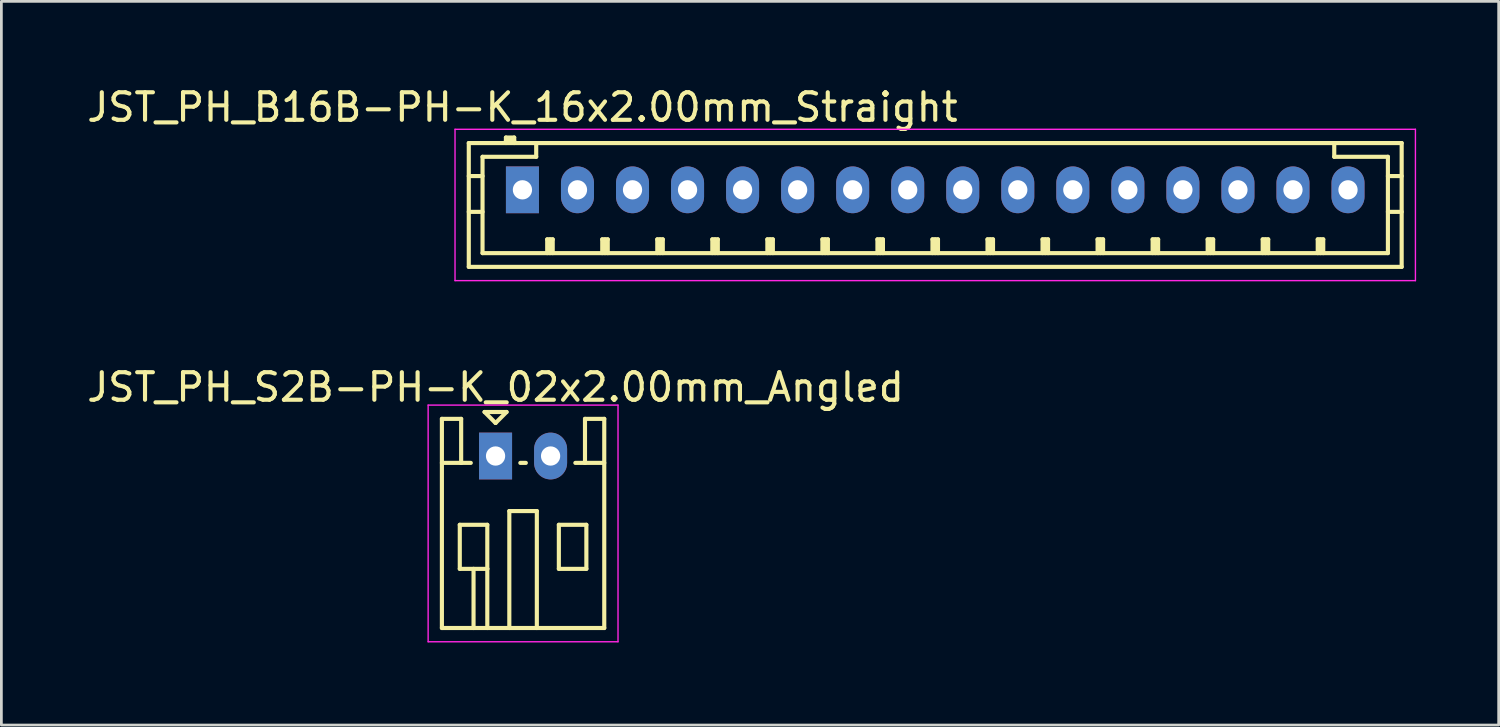
<source format=kicad_pcb>
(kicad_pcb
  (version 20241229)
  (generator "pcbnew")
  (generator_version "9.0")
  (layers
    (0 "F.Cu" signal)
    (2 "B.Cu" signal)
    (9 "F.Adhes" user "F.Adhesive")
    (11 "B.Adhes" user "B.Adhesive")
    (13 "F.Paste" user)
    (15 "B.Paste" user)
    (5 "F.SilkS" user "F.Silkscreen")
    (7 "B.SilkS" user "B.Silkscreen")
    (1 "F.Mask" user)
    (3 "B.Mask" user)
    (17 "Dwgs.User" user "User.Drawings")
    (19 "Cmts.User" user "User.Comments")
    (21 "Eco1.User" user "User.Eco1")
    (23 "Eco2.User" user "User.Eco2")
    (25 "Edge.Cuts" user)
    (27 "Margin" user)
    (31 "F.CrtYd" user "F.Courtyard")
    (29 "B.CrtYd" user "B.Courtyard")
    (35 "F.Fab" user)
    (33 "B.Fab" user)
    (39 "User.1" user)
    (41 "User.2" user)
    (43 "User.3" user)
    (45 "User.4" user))
  (footprint "JST_PH_S2B-PH-K_02x2.00mm_Angled"
    (layer "F.Cu")
    (at 14.958 13.521)
    (property "Reference" "JST_PH_S2B-PH-K_02x2.00mm_Angled" (at 0 -2.5 0) (layer "F.SilkS") (effects (font (size 1 1) (thickness 0.15))))
    (attr through_hole)
    (fp_line (start -1.95 -1.35) (end -1.95 6.25) (stroke (width 0.15) (type solid)) (layer "F.SilkS"))
    (fp_line (start -1.95 0.25) (end -1.25 0.25) (stroke (width 0.15) (type solid)) (layer "F.SilkS"))
    (fp_line (start -1.95 6.25) (end 3.95 6.25) (stroke (width 0.15) (type solid)) (layer "F.SilkS"))
    (fp_line (start -1.3 2.5) (end -1.3 4.1) (stroke (width 0.15) (type solid)) (layer "F.SilkS"))
    (fp_line (start -1.3 4.1) (end -0.3 4.1) (stroke (width 0.15) (type solid)) (layer "F.SilkS"))
    (fp_line (start -1.25 -1.35) (end -1.95 -1.35) (stroke (width 0.15) (type solid)) (layer "F.SilkS"))
    (fp_line (start -1.25 0.25) (end -1.25 -1.35) (stroke (width 0.15) (type solid)) (layer "F.SilkS"))
    (fp_line (start -0.9 0.25) (end -1.25 0.25) (stroke (width 0.15) (type solid)) (layer "F.SilkS"))
    (fp_line (start -0.8 4.1) (end -0.8 6.25) (stroke (width 0.15) (type solid)) (layer "F.SilkS"))
    (fp_line (start -0.4 -1.6) (end 0.4 -1.6) (stroke (width 0.15) (type solid)) (layer "F.SilkS"))
    (fp_line (start -0.3 2.5) (end -1.3 2.5) (stroke (width 0.15) (type solid)) (layer "F.SilkS"))
    (fp_line (start -0.3 4.1) (end -0.3 2.5) (stroke (width 0.15) (type solid)) (layer "F.SilkS"))
    (fp_line (start -0.3 4.1) (end -0.3 6.25) (stroke (width 0.15) (type solid)) (layer "F.SilkS"))
    (fp_line (start 0 -1.2) (end -0.4 -1.6) (stroke (width 0.15) (type solid)) (layer "F.SilkS"))
    (fp_line (start 0.4 -1.6) (end 0 -1.2) (stroke (width 0.15) (type solid)) (layer "F.SilkS"))
    (fp_line (start 0.5 2) (end 1.5 2) (stroke (width 0.15) (type solid)) (layer "F.SilkS"))
    (fp_line (start 0.5 6.25) (end 0.5 2) (stroke (width 0.15) (type solid)) (layer "F.SilkS"))
    (fp_line (start 0.9 0.25) (end 1.1 0.25) (stroke (width 0.15) (type solid)) (layer "F.SilkS"))
    (fp_line (start 1.5 2) (end 1.5 6.25) (stroke (width 0.15) (type solid)) (layer "F.SilkS"))
    (fp_line (start 2.3 2.5) (end 3.3 2.5) (stroke (width 0.15) (type solid)) (layer "F.SilkS"))
    (fp_line (start 2.3 4.1) (end 2.3 2.5) (stroke (width 0.15) (type solid)) (layer "F.SilkS"))
    (fp_line (start 3.25 -1.35) (end 3.25 0.25) (stroke (width 0.15) (type solid)) (layer "F.SilkS"))
    (fp_line (start 3.25 0.25) (end 2.9 0.25) (stroke (width 0.15) (type solid)) (layer "F.SilkS"))
    (fp_line (start 3.3 2.5) (end 3.3 4.1) (stroke (width 0.15) (type solid)) (layer "F.SilkS"))
    (fp_line (start 3.3 4.1) (end 2.3 4.1) (stroke (width 0.15) (type solid)) (layer "F.SilkS"))
    (fp_line (start 3.95 -1.35) (end 3.25 -1.35) (stroke (width 0.15) (type solid)) (layer "F.SilkS"))
    (fp_line (start 3.95 0.25) (end 3.25 0.25) (stroke (width 0.15) (type solid)) (layer "F.SilkS"))
    (fp_line (start 3.95 6.25) (end 3.95 -1.35) (stroke (width 0.15) (type solid)) (layer "F.SilkS"))
    (fp_line (start -2.45 -1.85) (end 4.45 -1.85) (stroke (width 0.05) (type solid)) (layer "F.CrtYd"))
    (fp_line (start -2.45 6.75) (end -2.45 -1.85) (stroke (width 0.05) (type solid)) (layer "F.CrtYd"))
    (fp_line (start 4.45 -1.85) (end 4.45 6.75) (stroke (width 0.05) (type solid)) (layer "F.CrtYd"))
    (fp_line (start 4.45 6.75) (end -2.45 6.75) (stroke (width 0.05) (type solid)) (layer "F.CrtYd"))
    (pad "1" thru_hole rect (at 0 0) (size 1.2 1.7) (drill 0.7) (layers "*.Cu" "*.Mask"))
    (pad "2" thru_hole oval (at 2 0) (size 1.2 1.7) (drill 0.7) (layers "*.Cu" "*.Mask")))
  (footprint "JST_PH_B16B-PH-K_16x2.00mm_Straight"
    (layer "F.Cu")
    (at 15.935 3.848)
    (property "Reference" "JST_PH_B16B-PH-K_16x2.00mm_Straight" (at 0 -3 0) (layer "F.SilkS") (effects (font (size 1 1) (thickness 0.15))))
    (attr through_hole)
    (fp_line (start -1.95 -1.7) (end 31.95 -1.7) (stroke (width 0.15) (type solid)) (layer "F.SilkS"))
    (fp_line (start -1.95 -0.5) (end -1.45 -0.5) (stroke (width 0.15) (type solid)) (layer "F.SilkS"))
    (fp_line (start -1.95 0.8) (end -1.45 0.8) (stroke (width 0.15) (type solid)) (layer "F.SilkS"))
    (fp_line (start -1.95 2.8) (end -1.95 -1.7) (stroke (width 0.15) (type solid)) (layer "F.SilkS"))
    (fp_line (start -1.45 -1.2) (end -1.45 2.3) (stroke (width 0.15) (type solid)) (layer "F.SilkS"))
    (fp_line (start -1.45 2.3) (end 31.45 2.3) (stroke (width 0.15) (type solid)) (layer "F.SilkS"))
    (fp_line (start -0.6 -1.9) (end -0.6 -1.7) (stroke (width 0.15) (type solid)) (layer "F.SilkS"))
    (fp_line (start -0.3 -1.9) (end -0.6 -1.9) (stroke (width 0.15) (type solid)) (layer "F.SilkS"))
    (fp_line (start -0.3 -1.8) (end -0.6 -1.8) (stroke (width 0.15) (type solid)) (layer "F.SilkS"))
    (fp_line (start -0.3 -1.7) (end -0.3 -1.9) (stroke (width 0.15) (type solid)) (layer "F.SilkS"))
    (fp_line (start 0.5 -1.7) (end 0.5 -1.2) (stroke (width 0.15) (type solid)) (layer "F.SilkS"))
    (fp_line (start 0.5 -1.2) (end -1.45 -1.2) (stroke (width 0.15) (type solid)) (layer "F.SilkS"))
    (fp_line (start 0.9 1.8) (end 1.1 1.8) (stroke (width 0.15) (type solid)) (layer "F.SilkS"))
    (fp_line (start 0.9 2.3) (end 0.9 1.8) (stroke (width 0.15) (type solid)) (layer "F.SilkS"))
    (fp_line (start 1 2.3) (end 1 1.8) (stroke (width 0.15) (type solid)) (layer "F.SilkS"))
    (fp_line (start 1.1 1.8) (end 1.1 2.3) (stroke (width 0.15) (type solid)) (layer "F.SilkS"))
    (fp_line (start 2.9 1.8) (end 3.1 1.8) (stroke (width 0.15) (type solid)) (layer "F.SilkS"))
    (fp_line (start 2.9 2.3) (end 2.9 1.8) (stroke (width 0.15) (type solid)) (layer "F.SilkS"))
    (fp_line (start 3 2.3) (end 3 1.8) (stroke (width 0.15) (type solid)) (layer "F.SilkS"))
    (fp_line (start 3.1 1.8) (end 3.1 2.3) (stroke (width 0.15) (type solid)) (layer "F.SilkS"))
    (fp_line (start 4.9 1.8) (end 5.1 1.8) (stroke (width 0.15) (type solid)) (layer "F.SilkS"))
    (fp_line (start 4.9 2.3) (end 4.9 1.8) (stroke (width 0.15) (type solid)) (layer "F.SilkS"))
    (fp_line (start 5 2.3) (end 5 1.8) (stroke (width 0.15) (type solid)) (layer "F.SilkS"))
    (fp_line (start 5.1 1.8) (end 5.1 2.3) (stroke (width 0.15) (type solid)) (layer "F.SilkS"))
    (fp_line (start 6.9 1.8) (end 7.1 1.8) (stroke (width 0.15) (type solid)) (layer "F.SilkS"))
    (fp_line (start 6.9 2.3) (end 6.9 1.8) (stroke (width 0.15) (type solid)) (layer "F.SilkS"))
    (fp_line (start 7 2.3) (end 7 1.8) (stroke (width 0.15) (type solid)) (layer "F.SilkS"))
    (fp_line (start 7.1 1.8) (end 7.1 2.3) (stroke (width 0.15) (type solid)) (layer "F.SilkS"))
    (fp_line (start 8.9 1.8) (end 9.1 1.8) (stroke (width 0.15) (type solid)) (layer "F.SilkS"))
    (fp_line (start 8.9 2.3) (end 8.9 1.8) (stroke (width 0.15) (type solid)) (layer "F.SilkS"))
    (fp_line (start 9 2.3) (end 9 1.8) (stroke (width 0.15) (type solid)) (layer "F.SilkS"))
    (fp_line (start 9.1 1.8) (end 9.1 2.3) (stroke (width 0.15) (type solid)) (layer "F.SilkS"))
    (fp_line (start 10.9 1.8) (end 11.1 1.8) (stroke (width 0.15) (type solid)) (layer "F.SilkS"))
    (fp_line (start 10.9 2.3) (end 10.9 1.8) (stroke (width 0.15) (type solid)) (layer "F.SilkS"))
    (fp_line (start 11 2.3) (end 11 1.8) (stroke (width 0.15) (type solid)) (layer "F.SilkS"))
    (fp_line (start 11.1 1.8) (end 11.1 2.3) (stroke (width 0.15) (type solid)) (layer "F.SilkS"))
    (fp_line (start 12.9 1.8) (end 13.1 1.8) (stroke (width 0.15) (type solid)) (layer "F.SilkS"))
    (fp_line (start 12.9 2.3) (end 12.9 1.8) (stroke (width 0.15) (type solid)) (layer "F.SilkS"))
    (fp_line (start 13 2.3) (end 13 1.8) (stroke (width 0.15) (type solid)) (layer "F.SilkS"))
    (fp_line (start 13.1 1.8) (end 13.1 2.3) (stroke (width 0.15) (type solid)) (layer "F.SilkS"))
    (fp_line (start 14.9 1.8) (end 15.1 1.8) (stroke (width 0.15) (type solid)) (layer "F.SilkS"))
    (fp_line (start 14.9 2.3) (end 14.9 1.8) (stroke (width 0.15) (type solid)) (layer "F.SilkS"))
    (fp_line (start 15 2.3) (end 15 1.8) (stroke (width 0.15) (type solid)) (layer "F.SilkS"))
    (fp_line (start 15.1 1.8) (end 15.1 2.3) (stroke (width 0.15) (type solid)) (layer "F.SilkS"))
    (fp_line (start 16.9 1.8) (end 17.1 1.8) (stroke (width 0.15) (type solid)) (layer "F.SilkS"))
    (fp_line (start 16.9 2.3) (end 16.9 1.8) (stroke (width 0.15) (type solid)) (layer "F.SilkS"))
    (fp_line (start 17 2.3) (end 17 1.8) (stroke (width 0.15) (type solid)) (layer "F.SilkS"))
    (fp_line (start 17.1 1.8) (end 17.1 2.3) (stroke (width 0.15) (type solid)) (layer "F.SilkS"))
    (fp_line (start 18.9 1.8) (end 19.1 1.8) (stroke (width 0.15) (type solid)) (layer "F.SilkS"))
    (fp_line (start 18.9 2.3) (end 18.9 1.8) (stroke (width 0.15) (type solid)) (layer "F.SilkS"))
    (fp_line (start 19 2.3) (end 19 1.8) (stroke (width 0.15) (type solid)) (layer "F.SilkS"))
    (fp_line (start 19.1 1.8) (end 19.1 2.3) (stroke (width 0.15) (type solid)) (layer "F.SilkS"))
    (fp_line (start 20.9 1.8) (end 21.1 1.8) (stroke (width 0.15) (type solid)) (layer "F.SilkS"))
    (fp_line (start 20.9 2.3) (end 20.9 1.8) (stroke (width 0.15) (type solid)) (layer "F.SilkS"))
    (fp_line (start 21 2.3) (end 21 1.8) (stroke (width 0.15) (type solid)) (layer "F.SilkS"))
    (fp_line (start 21.1 1.8) (end 21.1 2.3) (stroke (width 0.15) (type solid)) (layer "F.SilkS"))
    (fp_line (start 22.9 1.8) (end 23.1 1.8) (stroke (width 0.15) (type solid)) (layer "F.SilkS"))
    (fp_line (start 22.9 2.3) (end 22.9 1.8) (stroke (width 0.15) (type solid)) (layer "F.SilkS"))
    (fp_line (start 23 2.3) (end 23 1.8) (stroke (width 0.15) (type solid)) (layer "F.SilkS"))
    (fp_line (start 23.1 1.8) (end 23.1 2.3) (stroke (width 0.15) (type solid)) (layer "F.SilkS"))
    (fp_line (start 24.9 1.8) (end 25.1 1.8) (stroke (width 0.15) (type solid)) (layer "F.SilkS"))
    (fp_line (start 24.9 2.3) (end 24.9 1.8) (stroke (width 0.15) (type solid)) (layer "F.SilkS"))
    (fp_line (start 25 2.3) (end 25 1.8) (stroke (width 0.15) (type solid)) (layer "F.SilkS"))
    (fp_line (start 25.1 1.8) (end 25.1 2.3) (stroke (width 0.15) (type solid)) (layer "F.SilkS"))
    (fp_line (start 26.9 1.8) (end 27.1 1.8) (stroke (width 0.15) (type solid)) (layer "F.SilkS"))
    (fp_line (start 26.9 2.3) (end 26.9 1.8) (stroke (width 0.15) (type solid)) (layer "F.SilkS"))
    (fp_line (start 27 2.3) (end 27 1.8) (stroke (width 0.15) (type solid)) (layer "F.SilkS"))
    (fp_line (start 27.1 1.8) (end 27.1 2.3) (stroke (width 0.15) (type solid)) (layer "F.SilkS"))
    (fp_line (start 28.9 1.8) (end 29.1 1.8) (stroke (width 0.15) (type solid)) (layer "F.SilkS"))
    (fp_line (start 28.9 2.3) (end 28.9 1.8) (stroke (width 0.15) (type solid)) (layer "F.SilkS"))
    (fp_line (start 29 2.3) (end 29 1.8) (stroke (width 0.15) (type solid)) (layer "F.SilkS"))
    (fp_line (start 29.1 1.8) (end 29.1 2.3) (stroke (width 0.15) (type solid)) (layer "F.SilkS"))
    (fp_line (start 29.5 -1.2) (end 29.5 -1.7) (stroke (width 0.15) (type solid)) (layer "F.SilkS"))
    (fp_line (start 31.45 -1.2) (end 29.5 -1.2) (stroke (width 0.15) (type solid)) (layer "F.SilkS"))
    (fp_line (start 31.45 -0.5) (end 31.95 -0.5) (stroke (width 0.15) (type solid)) (layer "F.SilkS"))
    (fp_line (start 31.45 0.8) (end 31.95 0.8) (stroke (width 0.15) (type solid)) (layer "F.SilkS"))
    (fp_line (start 31.45 2.3) (end 31.45 -1.2) (stroke (width 0.15) (type solid)) (layer "F.SilkS"))
    (fp_line (start 31.95 -1.7) (end 31.95 2.8) (stroke (width 0.15) (type solid)) (layer "F.SilkS"))
    (fp_line (start 31.95 2.8) (end -1.95 2.8) (stroke (width 0.15) (type solid)) (layer "F.SilkS"))
    (fp_line (start -2.45 -2.2) (end 32.45 -2.2) (stroke (width 0.05) (type solid)) (layer "F.CrtYd"))
    (fp_line (start -2.45 3.3) (end -2.45 -2.2) (stroke (width 0.05) (type solid)) (layer "F.CrtYd"))
    (fp_line (start 32.45 -2.2) (end 32.45 3.3) (stroke (width 0.05) (type solid)) (layer "F.CrtYd"))
    (fp_line (start 32.45 3.3) (end -2.45 3.3) (stroke (width 0.05) (type solid)) (layer "F.CrtYd"))
    (pad "1" thru_hole rect (at 0 0) (size 1.2 1.7) (drill 0.7) (layers "*.Cu" "*.Mask"))
    (pad "2" thru_hole oval (at 2 0) (size 1.2 1.7) (drill 0.7) (layers "*.Cu" "*.Mask"))
    (pad "3" thru_hole oval (at 4 0) (size 1.2 1.7) (drill 0.7) (layers "*.Cu" "*.Mask"))
    (pad "4" thru_hole oval (at 6 0) (size 1.2 1.7) (drill 0.7) (layers "*.Cu" "*.Mask"))
    (pad "5" thru_hole oval (at 8 0) (size 1.2 1.7) (drill 0.7) (layers "*.Cu" "*.Mask"))
    (pad "6" thru_hole oval (at 10 0) (size 1.2 1.7) (drill 0.7) (layers "*.Cu" "*.Mask"))
    (pad "7" thru_hole oval (at 12 0) (size 1.2 1.7) (drill 0.7) (layers "*.Cu" "*.Mask"))
    (pad "8" thru_hole oval (at 14 0) (size 1.2 1.7) (drill 0.7) (layers "*.Cu" "*.Mask"))
    (pad "9" thru_hole oval (at 16 0) (size 1.2 1.7) (drill 0.7) (layers "*.Cu" "*.Mask"))
    (pad "10" thru_hole oval (at 18 0) (size 1.2 1.7) (drill 0.7) (layers "*.Cu" "*.Mask"))
    (pad "11" thru_hole oval (at 20 0) (size 1.2 1.7) (drill 0.7) (layers "*.Cu" "*.Mask"))
    (pad "12" thru_hole oval (at 22 0) (size 1.2 1.7) (drill 0.7) (layers "*.Cu" "*.Mask"))
    (pad "13" thru_hole oval (at 24 0) (size 1.2 1.7) (drill 0.7) (layers "*.Cu" "*.Mask"))
    (pad "14" thru_hole oval (at 26 0) (size 1.2 1.7) (drill 0.7) (layers "*.Cu" "*.Mask"))
    (pad "15" thru_hole oval (at 28 0) (size 1.2 1.7) (drill 0.7) (layers "*.Cu" "*.Mask"))
    (pad "16" thru_hole oval (at 30 0) (size 1.2 1.7) (drill 0.7) (layers "*.Cu" "*.Mask")))
  (gr_rect
    (start -3 -3)
    (end 51.41 23.297)
    (stroke (width 0.1) (type default))
    (fill no)
    (layer "Edge.Cuts")))
</source>
